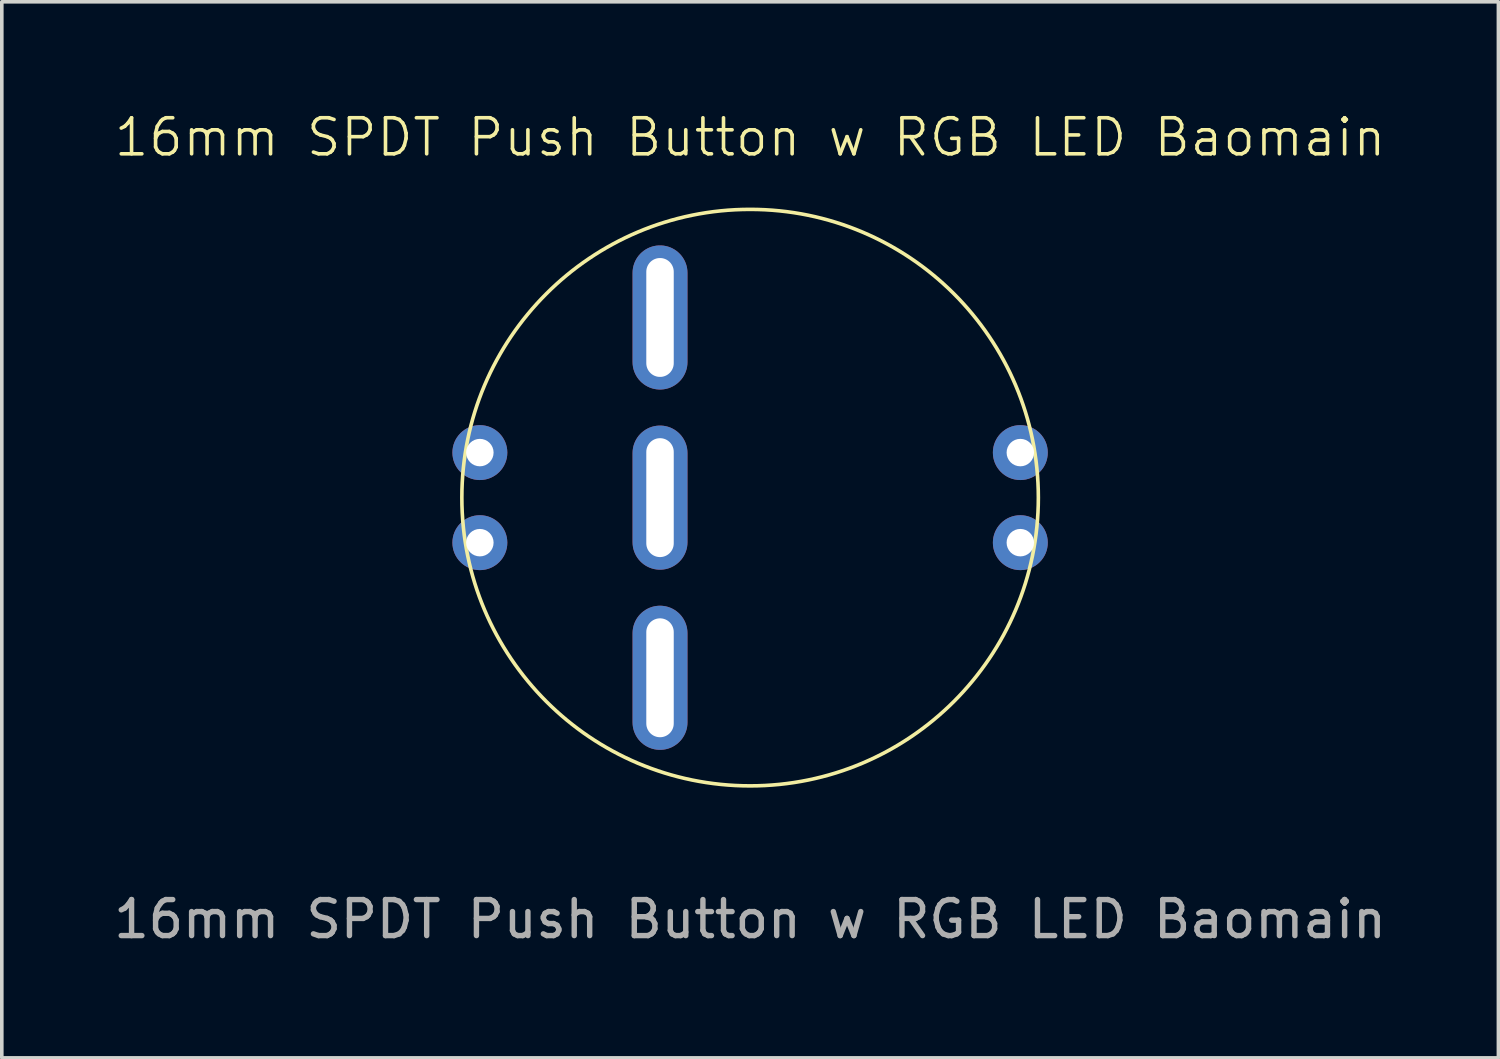
<source format=kicad_pcb>
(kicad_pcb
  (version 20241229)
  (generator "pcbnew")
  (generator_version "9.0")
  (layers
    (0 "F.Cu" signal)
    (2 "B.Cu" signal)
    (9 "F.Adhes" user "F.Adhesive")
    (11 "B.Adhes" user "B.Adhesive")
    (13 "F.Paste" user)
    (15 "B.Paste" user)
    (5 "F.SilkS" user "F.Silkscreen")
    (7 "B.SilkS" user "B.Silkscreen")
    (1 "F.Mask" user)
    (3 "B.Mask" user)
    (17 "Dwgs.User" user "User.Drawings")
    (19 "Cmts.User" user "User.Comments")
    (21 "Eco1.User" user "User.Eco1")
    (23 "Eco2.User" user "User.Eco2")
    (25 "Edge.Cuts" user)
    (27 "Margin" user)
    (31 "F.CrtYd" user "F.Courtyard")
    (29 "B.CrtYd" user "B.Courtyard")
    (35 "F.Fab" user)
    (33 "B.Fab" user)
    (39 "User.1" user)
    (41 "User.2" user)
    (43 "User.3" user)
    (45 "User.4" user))
  (footprint "16mm SPDT Push Button w RGB LED Baomain"
    (layer "F.Cu")
    (at 17.768 10.761)
    (property "Reference" "16mm SPDT Push Button w RGB LED Baomain" (at 0 -10 0) (unlocked yes) (layer "F.SilkS") (effects (font (size 1 1) (thickness 0.1))))
    (attr through_hole)
    (fp_circle (center 0 0) (end 8 0) (stroke (width 0.1) (type default)) (fill no) (layer "F.SilkS"))
    (fp_text user "${REFERENCE}" (at 0 11.7 0) (unlocked yes) (layer "F.Fab") (effects (font (size 1 1) (thickness 0.15))))
    (pad "B" thru_hole circle (at 7.5 -1.25) (size 1.524 1.524) (drill 0.762) (layers "*.Cu" "*.Mask"))
    (pad "COM" thru_hole oval (at -2.5 5) (size 1.524 4) (drill oval 0.762 3.3) (layers "*.Cu" "*.Mask"))
    (pad "G" thru_hole circle (at -7.5 -1.25) (size 1.524 1.524) (drill 0.762) (layers "*.Cu" "*.Mask"))
    (pad "GND" thru_hole circle (at 7.5 1.25) (size 1.524 1.524) (drill 0.762) (layers "*.Cu" "*.Mask"))
    (pad "NC" thru_hole oval (at -2.5 -5) (size 1.524 4) (drill oval 0.762 3.3) (layers "*.Cu" "*.Mask"))
    (pad "NO" thru_hole oval (at -2.5 0) (size 1.524 4) (drill oval 0.762 3.3) (layers "*.Cu" "*.Mask"))
    (pad "R" thru_hole circle (at -7.5 1.25) (size 1.524 1.524) (drill 0.762) (layers "*.Cu" "*.Mask")))
  (gr_rect
    (start -3 -3)
    (end 38.536 26.309)
    (stroke (width 0.1) (type default))
    (fill no)
    (layer "Edge.Cuts")))
</source>
